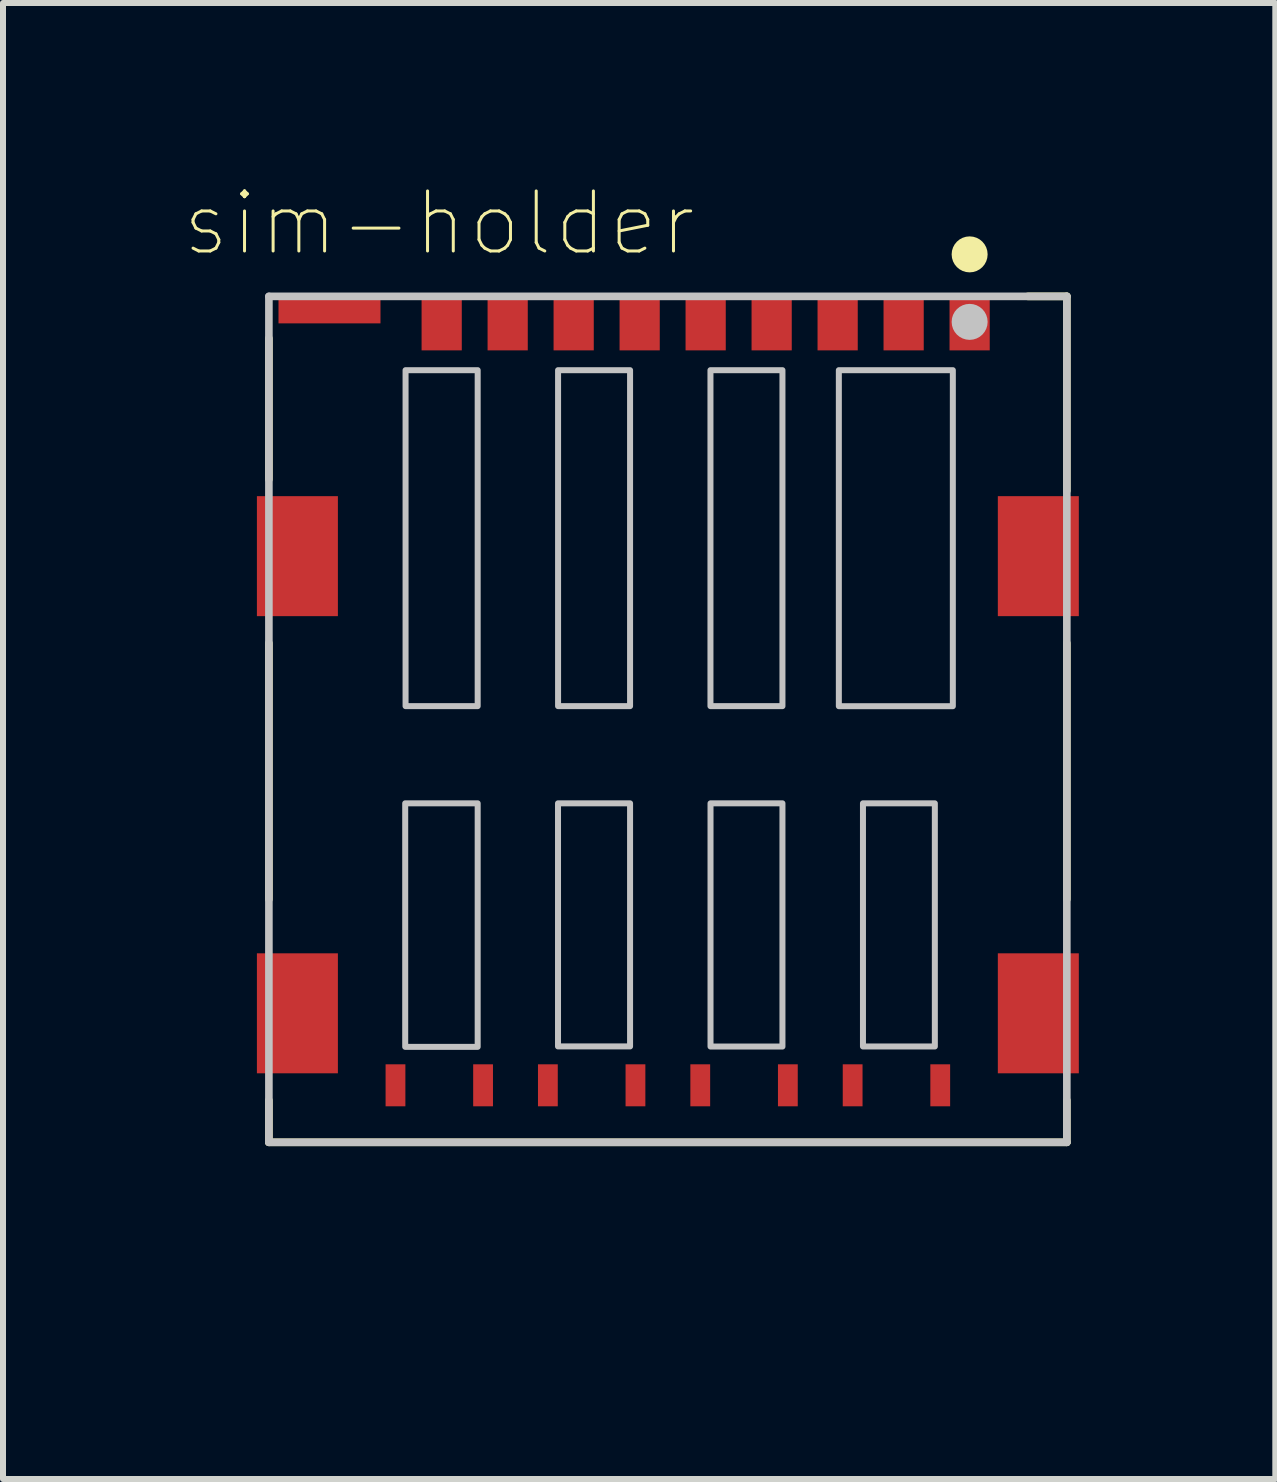
<source format=kicad_pcb>
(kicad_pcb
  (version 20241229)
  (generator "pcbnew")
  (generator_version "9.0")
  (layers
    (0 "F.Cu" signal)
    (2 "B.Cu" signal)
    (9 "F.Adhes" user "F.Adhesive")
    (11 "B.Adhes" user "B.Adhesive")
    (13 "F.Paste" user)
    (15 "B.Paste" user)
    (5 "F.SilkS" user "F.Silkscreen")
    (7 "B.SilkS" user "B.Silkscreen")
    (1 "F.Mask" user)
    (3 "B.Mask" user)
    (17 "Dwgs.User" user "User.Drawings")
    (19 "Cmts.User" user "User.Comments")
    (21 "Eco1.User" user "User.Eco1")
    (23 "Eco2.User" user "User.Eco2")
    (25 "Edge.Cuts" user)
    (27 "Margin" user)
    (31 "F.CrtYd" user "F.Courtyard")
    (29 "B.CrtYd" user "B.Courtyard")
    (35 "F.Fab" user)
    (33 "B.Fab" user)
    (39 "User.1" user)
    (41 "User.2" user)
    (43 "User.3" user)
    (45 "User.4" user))
  (footprint "sim-holder"
    (layer "F.Cu")
    (at 8.082 8.94)
    (property "Reference" "sim-holder" (at -3.815 -8.267 0) (layer "F.SilkS") (effects (font (size 1.001 1.001) (thickness 0.05))))
    (attr smd)
    (fp_poly (pts (xy -6.49 -7.1) (xy -4.79 -7.1) (xy -4.79 -6.6) (xy -6.49 -6.6)) (stroke (width 0.0001) (type solid)) (fill yes) (layer "F.Cu"))
    (fp_poly (pts (xy -4.705 5.75) (xy -4.375 5.75) (xy -4.375 6.45) (xy -4.705 6.45)) (stroke (width 0.0001) (type solid)) (fill yes) (layer "F.Cu"))
    (fp_poly (pts (xy -3.245 5.75) (xy -2.915 5.75) (xy -2.915 6.45) (xy -3.245 6.45)) (stroke (width 0.0001) (type solid)) (fill yes) (layer "F.Cu"))
    (fp_poly (pts (xy -2.165 5.75) (xy -1.835 5.75) (xy -1.835 6.45) (xy -2.165 6.45)) (stroke (width 0.0001) (type solid)) (fill yes) (layer "F.Cu"))
    (fp_poly (pts (xy -0.705 5.75) (xy -0.375 5.75) (xy -0.375 6.45) (xy -0.705 6.45)) (stroke (width 0.0001) (type solid)) (fill yes) (layer "F.Cu"))
    (fp_poly (pts (xy 0.375 5.75) (xy 0.705 5.75) (xy 0.705 6.45) (xy 0.375 6.45)) (stroke (width 0.0001) (type solid)) (fill yes) (layer "F.Cu"))
    (fp_poly (pts (xy 1.835 5.75) (xy 2.165 5.75) (xy 2.165 6.45) (xy 1.835 6.45)) (stroke (width 0.0001) (type solid)) (fill yes) (layer "F.Cu"))
    (fp_poly (pts (xy 2.915 5.75) (xy 3.245 5.75) (xy 3.245 6.45) (xy 2.915 6.45)) (stroke (width 0.0001) (type solid)) (fill yes) (layer "F.Cu"))
    (fp_poly (pts (xy 4.375 5.75) (xy 4.705 5.75) (xy 4.705 6.45) (xy 4.375 6.45)) (stroke (width 0.0001) (type solid)) (fill yes) (layer "F.Cu"))
    (fp_poly (pts (xy -6.598 -7.2) (xy -4.69 -7.2) (xy -4.69 -6.508) (xy -6.598 -6.508)) (stroke (width 0) (type solid)) (fill yes) (layer "F.Mask"))
    (fp_poly (pts (xy -4.808 5.65) (xy -4.275 5.65) (xy -4.275 6.554) (xy -4.808 6.554)) (stroke (width 0) (type solid)) (fill yes) (layer "F.Mask"))
    (fp_poly (pts (xy -3.346 5.65) (xy -2.815 5.65) (xy -2.815 6.553) (xy -3.346 6.553)) (stroke (width 0) (type solid)) (fill yes) (layer "F.Mask"))
    (fp_poly (pts (xy -2.269 5.65) (xy -1.735 5.65) (xy -1.735 6.562) (xy -2.269 6.562)) (stroke (width 0) (type solid)) (fill yes) (layer "F.Mask"))
    (fp_poly (pts (xy -0.805 5.65) (xy -0.275 5.65) (xy -0.275 6.552) (xy -0.805 6.552)) (stroke (width 0) (type solid)) (fill yes) (layer "F.Mask"))
    (fp_poly (pts (xy 0.275 5.65) (xy 0.805 5.65) (xy 0.805 6.561) (xy 0.275 6.561)) (stroke (width 0) (type solid)) (fill yes) (layer "F.Mask"))
    (fp_poly (pts (xy 1.737 5.65) (xy 2.265 5.65) (xy 2.265 6.558) (xy 1.737 6.558)) (stroke (width 0) (type solid)) (fill yes) (layer "F.Mask"))
    (fp_poly (pts (xy 2.818 5.65) (xy 3.345 5.65) (xy 3.345 6.556) (xy 2.818 6.556)) (stroke (width 0) (type solid)) (fill yes) (layer "F.Mask"))
    (fp_poly (pts (xy 4.279 5.65) (xy 4.805 5.65) (xy 4.805 6.556) (xy 4.279 6.556)) (stroke (width 0) (type solid)) (fill yes) (layer "F.Mask"))
    (fp_line (start -6.65 -4) (end -6.65 -6.35) (stroke (width 0.127) (type solid)) (layer "F.SilkS"))
    (fp_line (start -6.65 3) (end -6.65 -1.27) (stroke (width 0.127) (type solid)) (layer "F.SilkS"))
    (fp_line (start -6.65 7.05) (end -6.65 6.35) (stroke (width 0.127) (type solid)) (layer "F.SilkS"))
    (fp_line (start -6.65 7.05) (end 6.65 7.05) (stroke (width 0.127) (type solid)) (layer "F.SilkS"))
    (fp_line (start 6.65 -7.05) (end 6 -7.05) (stroke (width 0.127) (type solid)) (layer "F.SilkS"))
    (fp_line (start 6.65 -3.81) (end 6.65 -7.05) (stroke (width 0.127) (type solid)) (layer "F.SilkS"))
    (fp_line (start 6.65 3) (end 6.65 -1.27) (stroke (width 0.127) (type solid)) (layer "F.SilkS"))
    (fp_line (start 6.65 7.05) (end 6.65 6.35) (stroke (width 0.127) (type solid)) (layer "F.SilkS"))
    (fp_circle (center 5.03 -7.75) (end 5.18 -7.75) (stroke (width 0.3) (type solid)) (fill no) (layer "F.SilkS"))
    (fp_poly (pts (xy -6.49 -7.1) (xy -4.79 -7.1) (xy -4.79 -6.6) (xy -6.49 -6.6)) (stroke (width 0.0001) (type solid)) (fill yes) (layer "F.Paste"))
    (fp_poly (pts (xy -4.705 5.75) (xy -4.375 5.75) (xy -4.375 6.45) (xy -4.705 6.45)) (stroke (width 0.0001) (type solid)) (fill yes) (layer "F.Paste"))
    (fp_poly (pts (xy -3.245 5.75) (xy -2.915 5.75) (xy -2.915 6.45) (xy -3.245 6.45)) (stroke (width 0.0001) (type solid)) (fill yes) (layer "F.Paste"))
    (fp_poly (pts (xy -2.165 5.75) (xy -1.835 5.75) (xy -1.835 6.45) (xy -2.165 6.45)) (stroke (width 0.0001) (type solid)) (fill yes) (layer "F.Paste"))
    (fp_poly (pts (xy -0.705 5.75) (xy -0.375 5.75) (xy -0.375 6.45) (xy -0.705 6.45)) (stroke (width 0.0001) (type solid)) (fill yes) (layer "F.Paste"))
    (fp_poly (pts (xy 0.375 5.75) (xy 0.705 5.75) (xy 0.705 6.45) (xy 0.375 6.45)) (stroke (width 0.0001) (type solid)) (fill yes) (layer "F.Paste"))
    (fp_poly (pts (xy 1.835 5.75) (xy 2.165 5.75) (xy 2.165 6.45) (xy 1.835 6.45)) (stroke (width 0.0001) (type solid)) (fill yes) (layer "F.Paste"))
    (fp_poly (pts (xy 2.915 5.75) (xy 3.245 5.75) (xy 3.245 6.45) (xy 2.915 6.45)) (stroke (width 0.0001) (type solid)) (fill yes) (layer "F.Paste"))
    (fp_poly (pts (xy 4.375 5.75) (xy 4.705 5.75) (xy 4.705 6.45) (xy 4.375 6.45)) (stroke (width 0.0001) (type solid)) (fill yes) (layer "F.Paste"))
    (fp_line (start -6.65 -7.05) (end 6.65 -7.05) (stroke (width 0.127) (type solid)) (layer "Dwgs.User"))
    (fp_line (start -6.65 7.05) (end -6.65 -7.05) (stroke (width 0.127) (type solid)) (layer "Dwgs.User"))
    (fp_line (start 6.65 -7.05) (end 6.65 7.05) (stroke (width 0.127) (type solid)) (layer "Dwgs.User"))
    (fp_line (start 6.65 7.05) (end -6.65 7.05) (stroke (width 0.127) (type solid)) (layer "Dwgs.User"))
    (fp_circle (center 5.03 -6.625) (end 5.18 -6.625) (stroke (width 0.3) (type solid)) (fill no) (layer "Dwgs.User"))
    (fp_poly (pts (xy -4.378 1.4) (xy -3.17 1.4) (xy -3.17 5.459) (xy -4.378 5.459)) (stroke (width 0.1) (type solid)) (fill no) (layer "Dwgs.User"))
    (fp_poly (pts (xy -4.372 -5.82) (xy -3.17 -5.82) (xy -3.17 -0.22) (xy -4.372 -0.22)) (stroke (width 0.1) (type solid)) (fill no) (layer "Dwgs.User"))
    (fp_poly (pts (xy -1.831 1.4) (xy -0.63 1.4) (xy -0.63 5.452) (xy -1.831 5.452)) (stroke (width 0.1) (type solid)) (fill no) (layer "Dwgs.User"))
    (fp_poly (pts (xy -1.83 -5.82) (xy -0.63 -5.82) (xy -0.63 -0.22) (xy -1.83 -0.22)) (stroke (width 0.1) (type solid)) (fill no) (layer "Dwgs.User"))
    (fp_poly (pts (xy 0.71 -5.82) (xy 1.91 -5.82) (xy 1.91 -0.22) (xy 0.71 -0.22)) (stroke (width 0.1) (type solid)) (fill no) (layer "Dwgs.User"))
    (fp_poly (pts (xy 0.711 1.4) (xy 1.91 1.4) (xy 1.91 5.454) (xy 0.711 5.454)) (stroke (width 0.1) (type solid)) (fill no) (layer "Dwgs.User"))
    (fp_poly (pts (xy 2.85 -5.82) (xy 4.75 -5.82) (xy 4.75 -0.219) (xy 2.85 -0.219)) (stroke (width 0.1) (type solid)) (fill no) (layer "Dwgs.User"))
    (fp_poly (pts (xy 3.252 1.4) (xy 4.45 1.4) (xy 4.45 5.453) (xy 3.252 5.453)) (stroke (width 0.1) (type solid)) (fill no) (layer "Dwgs.User"))
    (fp_line (start -7.1 -7.3) (end 7.1 -7.3) (stroke (width 0.05) (type solid)) (layer "Eco1.User"))
    (fp_line (start -7.1 7.3) (end -7.1 -7.3) (stroke (width 0.05) (type solid)) (layer "Eco1.User"))
    (fp_line (start 7.1 -7.3) (end 7.1 7.3) (stroke (width 0.05) (type solid)) (layer "Eco1.User"))
    (fp_line (start 7.1 7.3) (end -7.1 7.3) (stroke (width 0.05) (type solid)) (layer "Eco1.User"))
    (fp_text user "PCB~{EDGE}" (at -3.811 8.893 0) (layer "Edge.Cuts") (effects (font (size 1 1) (thickness 0.05))))
    (pad "C1" smd rect (at 5.03 -6.625) (size 0.67 0.95) (layers "F.Cu" "F.Mask" "F.Paste"))
    (pad "C2" smd rect (at 1.73 -6.625) (size 0.67 0.95) (layers "F.Cu" "F.Mask" "F.Paste"))
    (pad "C3" smd rect (at -0.47 -6.625) (size 0.67 0.95) (layers "F.Cu" "F.Mask" "F.Paste"))
    (pad "C4" smd rect (at -2.67 -6.625) (size 0.67 0.95) (layers "F.Cu" "F.Mask" "F.Paste"))
    (pad "C5" smd rect (at 3.93 -6.625) (size 0.67 0.95) (layers "F.Cu" "F.Mask" "F.Paste"))
    (pad "C6" smd rect (at 0.63 -6.625) (size 0.67 0.95) (layers "F.Cu" "F.Mask" "F.Paste"))
    (pad "C7" smd rect (at -1.57 -6.625) (size 0.67 0.95) (layers "F.Cu" "F.Mask" "F.Paste"))
    (pad "C8" smd rect (at -3.77 -6.625) (size 0.67 0.95) (layers "F.Cu" "F.Mask" "F.Paste"))
    (pad "G1" smd rect (at -6.175 -2.72) (size 1.35 2) (layers "F.Cu" "F.Mask" "F.Paste"))
    (pad "G2" smd rect (at 6.175 -2.72) (size 1.35 2) (layers "F.Cu" "F.Mask" "F.Paste"))
    (pad "G3" smd rect (at 6.175 4.9) (size 1.35 2) (layers "F.Cu" "F.Mask" "F.Paste"))
    (pad "G4" smd rect (at -6.175 4.9) (size 1.35 2) (layers "F.Cu" "F.Mask" "F.Paste"))
    (pad "SW" smd rect (at 2.83 -6.625) (size 0.67 0.95) (layers "F.Cu" "F.Mask" "F.Paste")))
  (gr_rect
    (start -3 -3)
    (end 18.207 21.602)
    (stroke (width 0.1) (type default))
    (fill no)
    (layer "Edge.Cuts")))
</source>
